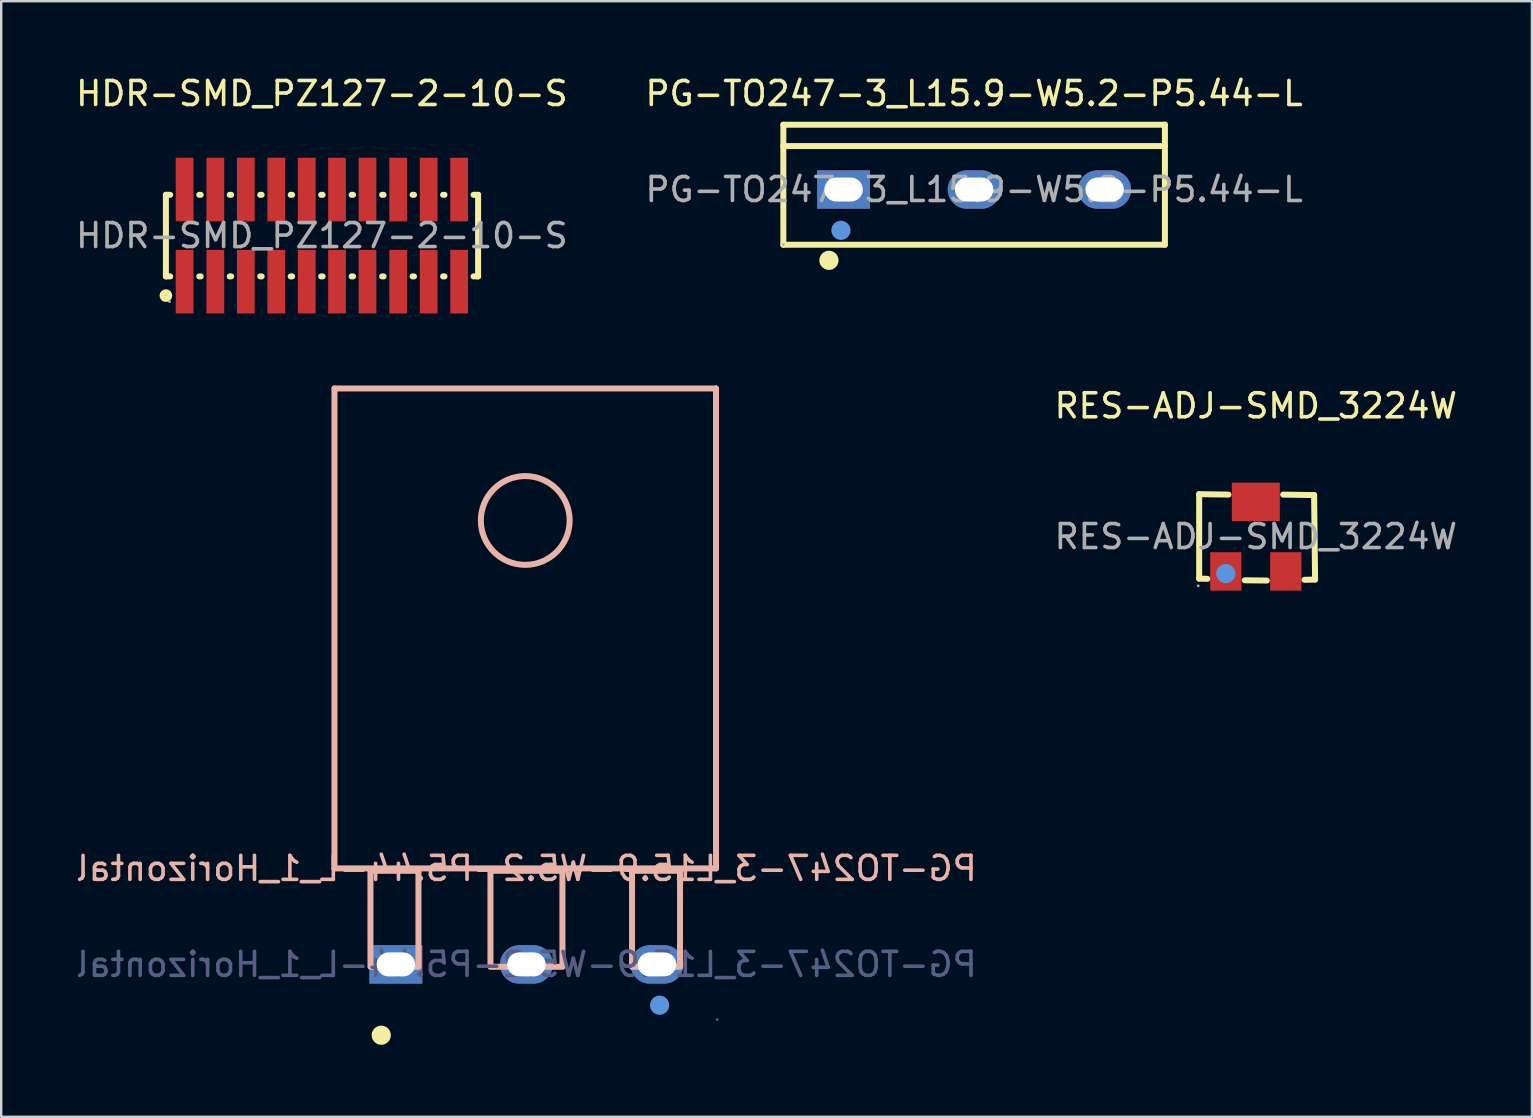
<source format=kicad_pcb>
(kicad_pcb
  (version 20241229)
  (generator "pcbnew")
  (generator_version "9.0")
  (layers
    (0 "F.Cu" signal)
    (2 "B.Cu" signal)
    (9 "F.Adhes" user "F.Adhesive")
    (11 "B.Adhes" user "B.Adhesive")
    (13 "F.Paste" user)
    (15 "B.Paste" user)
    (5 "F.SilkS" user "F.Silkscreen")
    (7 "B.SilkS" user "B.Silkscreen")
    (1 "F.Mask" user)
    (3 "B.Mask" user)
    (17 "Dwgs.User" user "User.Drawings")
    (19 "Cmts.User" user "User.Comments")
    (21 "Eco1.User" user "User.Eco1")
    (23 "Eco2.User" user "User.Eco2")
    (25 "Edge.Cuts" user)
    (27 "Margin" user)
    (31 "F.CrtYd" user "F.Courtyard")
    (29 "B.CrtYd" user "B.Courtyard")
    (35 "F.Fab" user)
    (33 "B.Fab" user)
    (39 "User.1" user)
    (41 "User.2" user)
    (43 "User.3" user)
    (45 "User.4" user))
  (footprint "PG-TO247-3_L15.9-W5.2-P5.44-L"
    (layer "F.Cu")
    (at 37.542 4.848)
    (property "Reference" "PG-TO247-3_L15.9-W5.2-P5.44-L" (at 0 -4 0) (layer "F.SilkS") (effects (font (size 1 1) (thickness 0.15))))
    (attr smd)
    (fp_line (start -7.95 -2.7) (end 7.95 -2.7) (stroke (width 0.25) (type solid)) (layer "F.SilkS"))
    (fp_line (start -7.95 -1.81) (end 7.95 -1.81) (stroke (width 0.25) (type solid)) (layer "F.SilkS"))
    (fp_line (start -7.95 2.3) (end -7.95 -2.7) (stroke (width 0.25) (type solid)) (layer "F.SilkS"))
    (fp_line (start 7.95 -2.7) (end 7.95 2.3) (stroke (width 0.25) (type solid)) (layer "F.SilkS"))
    (fp_line (start 7.95 2.3) (end -7.95 2.3) (stroke (width 0.25) (type solid)) (layer "F.SilkS"))
    (fp_circle (center -6.05 2.95) (end -5.85 2.95) (stroke (width 0.4) (type solid)) (fill no) (layer "F.SilkS"))
    (fp_circle (center -5.55 1.7) (end -5.35 1.7) (stroke (width 0.4) (type solid)) (fill no) (layer "Cmts.User"))
    (fp_circle (center -7.95 2.3) (end -7.92 2.3) (stroke (width 0.06) (type solid)) (fill no) (layer "F.Fab"))
    (fp_text user "${REFERENCE}" (at 0 0 0) (layer "F.Fab") (effects (font (size 1 1) (thickness 0.15))))
    (pad "1" thru_hole rect (at -5.44 0 90) (size 1.6 2.2) (drill oval 1 1.6) (layers "*.Cu" "*.Mask"))
    (pad "2" thru_hole oval (at 0 0 90) (size 1.6 2.2) (drill oval 1 1.6) (layers "*.Cu" "*.Mask"))
    (pad "3" thru_hole oval (at 5.44 0 90) (size 1.6 2.2) (drill oval 1 1.6) (layers "*.Cu" "*.Mask")))
  (footprint "RES-ADJ-SMD_3224W"
    (layer "F.Cu")
    (at 49.28 19.311)
    (property "Reference" "RES-ADJ-SMD_3224W" (at 0 -5.45 0) (layer "F.SilkS") (effects (font (size 1 1) (thickness 0.15))))
    (attr smd)
    (fp_line (start -2.36 -1.77) (end -2.36 1.75) (stroke (width 0.25) (type solid)) (layer "F.SilkS"))
    (fp_line (start -2.36 1.75) (end -2.02 1.76) (stroke (width 0.25) (type solid)) (layer "F.SilkS"))
    (fp_line (start -1.14 -1.75) (end -2.36 -1.77) (stroke (width 0.25) (type solid)) (layer "F.SilkS"))
    (fp_line (start -0.46 1.82) (end 0.46 1.83) (stroke (width 0.25) (type solid)) (layer "F.SilkS"))
    (fp_line (start 1.14 -1.75) (end 2.43 -1.73) (stroke (width 0.25) (type solid)) (layer "F.SilkS"))
    (fp_line (start 2.43 -1.73) (end 2.47 1.79) (stroke (width 0.25) (type solid)) (layer "F.SilkS"))
    (fp_line (start 2.47 1.79) (end 2.03 1.8) (stroke (width 0.25) (type solid)) (layer "F.SilkS"))
    (fp_circle (center -1.25 1.54) (end -1.05 1.54) (stroke (width 0.4) (type solid)) (fill no) (layer "Cmts.User"))
    (fp_circle (center -2.4 2.05) (end -2.37 2.05) (stroke (width 0.06) (type solid)) (fill no) (layer "F.Fab"))
    (fp_text user "${REFERENCE}" (at 0 0 0) (layer "F.Fab") (effects (font (size 1 1) (thickness 0.15))))
    (pad "1" smd rect (at -1.25 1.45) (size 1.3 1.6) (layers "F.Cu" "F.Mask" "F.Paste"))
    (pad "2" smd rect (at 0 -1.45) (size 2 1.6) (layers "F.Cu" "F.Mask" "F.Paste"))
    (pad "3" smd rect (at 1.25 1.45) (size 1.3 1.6) (layers "F.Cu" "F.Mask" "F.Paste")))
  (footprint "HDR-SMD_PZ127-2-10-S"
    (layer "F.Cu")
    (at 10.363 6.768)
    (property "Reference" "HDR-SMD_PZ127-2-10-S" (at 0 -5.92 0) (layer "F.SilkS") (effects (font (size 1 1) (thickness 0.15))))
    (attr smd)
    (fp_line (start -6.5 -1.7) (end -6.5 1.7) (stroke (width 0.25) (type solid)) (layer "F.SilkS"))
    (fp_line (start -6.5 1.7) (end -6.32 1.7) (stroke (width 0.25) (type solid)) (layer "F.SilkS"))
    (fp_line (start -6.32 -1.7) (end -6.5 -1.7) (stroke (width 0.25) (type solid)) (layer "F.SilkS"))
    (fp_line (start -5.11 1.7) (end -5.05 1.7) (stroke (width 0.25) (type solid)) (layer "F.SilkS"))
    (fp_line (start -5.05 -1.7) (end -5.11 -1.7) (stroke (width 0.25) (type solid)) (layer "F.SilkS"))
    (fp_line (start -3.84 1.7) (end -3.78 1.7) (stroke (width 0.25) (type solid)) (layer "F.SilkS"))
    (fp_line (start -3.78 -1.7) (end -3.84 -1.7) (stroke (width 0.25) (type solid)) (layer "F.SilkS"))
    (fp_line (start -2.57 1.7) (end -2.51 1.7) (stroke (width 0.25) (type solid)) (layer "F.SilkS"))
    (fp_line (start -2.51 -1.7) (end -2.57 -1.7) (stroke (width 0.25) (type solid)) (layer "F.SilkS"))
    (fp_line (start -1.3 1.7) (end -1.24 1.7) (stroke (width 0.25) (type solid)) (layer "F.SilkS"))
    (fp_line (start -1.24 -1.7) (end -1.3 -1.7) (stroke (width 0.25) (type solid)) (layer "F.SilkS"))
    (fp_line (start -0.03 1.7) (end 0.03 1.7) (stroke (width 0.25) (type solid)) (layer "F.SilkS"))
    (fp_line (start 0.03 -1.7) (end -0.03 -1.7) (stroke (width 0.25) (type solid)) (layer "F.SilkS"))
    (fp_line (start 1.24 1.7) (end 1.3 1.7) (stroke (width 0.25) (type solid)) (layer "F.SilkS"))
    (fp_line (start 1.3 -1.7) (end 1.24 -1.7) (stroke (width 0.25) (type solid)) (layer "F.SilkS"))
    (fp_line (start 2.51 1.7) (end 2.57 1.7) (stroke (width 0.25) (type solid)) (layer "F.SilkS"))
    (fp_line (start 2.57 -1.7) (end 2.51 -1.7) (stroke (width 0.25) (type solid)) (layer "F.SilkS"))
    (fp_line (start 3.78 1.7) (end 3.84 1.7) (stroke (width 0.25) (type solid)) (layer "F.SilkS"))
    (fp_line (start 3.84 -1.7) (end 3.78 -1.7) (stroke (width 0.25) (type solid)) (layer "F.SilkS"))
    (fp_line (start 5.05 1.7) (end 5.11 1.7) (stroke (width 0.25) (type solid)) (layer "F.SilkS"))
    (fp_line (start 5.11 -1.7) (end 5.05 -1.7) (stroke (width 0.25) (type solid)) (layer "F.SilkS"))
    (fp_line (start 6.32 1.7) (end 6.51 1.7) (stroke (width 0.25) (type solid)) (layer "F.SilkS"))
    (fp_line (start 6.51 -1.7) (end 6.32 -1.7) (stroke (width 0.25) (type solid)) (layer "F.SilkS"))
    (fp_line (start 6.51 -1.7) (end 6.51 1.7) (stroke (width 0.25) (type solid)) (layer "F.SilkS"))
    (fp_circle (center -6.5 2.5) (end -6.36 2.5) (stroke (width 0.25) (type solid)) (fill no) (layer "F.SilkS"))
    (fp_circle (center -6.35 2.75) (end -6.32 2.75) (stroke (width 0.06) (type solid)) (fill no) (layer "F.Fab"))
    (fp_text user "${REFERENCE}" (at 0 0 0) (layer "F.Fab") (effects (font (size 1 1) (thickness 0.15))))
    (pad "1" smd rect (at -5.72 1.92) (size 0.74 2.65) (layers "F.Cu" "F.Mask" "F.Paste"))
    (pad "2" smd rect (at -5.72 -1.92) (size 0.74 2.65) (layers "F.Cu" "F.Mask" "F.Paste"))
    (pad "3" smd rect (at -4.44 1.92) (size 0.74 2.65) (layers "F.Cu" "F.Mask" "F.Paste"))
    (pad "4" smd rect (at -4.44 -1.92) (size 0.74 2.65) (layers "F.Cu" "F.Mask" "F.Paste"))
    (pad "5" smd rect (at -3.17 1.92) (size 0.74 2.65) (layers "F.Cu" "F.Mask" "F.Paste"))
    (pad "6" smd rect (at -3.17 -1.92) (size 0.74 2.65) (layers "F.Cu" "F.Mask" "F.Paste"))
    (pad "7" smd rect (at -1.9 1.92) (size 0.74 2.65) (layers "F.Cu" "F.Mask" "F.Paste"))
    (pad "8" smd rect (at -1.9 -1.92) (size 0.74 2.65) (layers "F.Cu" "F.Mask" "F.Paste"))
    (pad "9" smd rect (at -0.63 1.92) (size 0.74 2.65) (layers "F.Cu" "F.Mask" "F.Paste"))
    (pad "10" smd rect (at -0.63 -1.92) (size 0.74 2.65) (layers "F.Cu" "F.Mask" "F.Paste"))
    (pad "11" smd rect (at 0.63 1.92) (size 0.74 2.65) (layers "F.Cu" "F.Mask" "F.Paste"))
    (pad "12" smd rect (at 0.63 -1.92) (size 0.74 2.65) (layers "F.Cu" "F.Mask" "F.Paste"))
    (pad "13" smd rect (at 1.9 1.92) (size 0.74 2.65) (layers "F.Cu" "F.Mask" "F.Paste"))
    (pad "14" smd rect (at 1.9 -1.92) (size 0.74 2.65) (layers "F.Cu" "F.Mask" "F.Paste"))
    (pad "15" smd rect (at 3.18 1.92) (size 0.74 2.65) (layers "F.Cu" "F.Mask" "F.Paste"))
    (pad "16" smd rect (at 3.18 -1.92) (size 0.74 2.65) (layers "F.Cu" "F.Mask" "F.Paste"))
    (pad "17" smd rect (at 4.45 1.92) (size 0.74 2.65) (layers "F.Cu" "F.Mask" "F.Paste"))
    (pad "18" smd rect (at 4.45 -1.92) (size 0.74 2.65) (layers "F.Cu" "F.Mask" "F.Paste"))
    (pad "19" smd rect (at 5.72 1.92) (size 0.74 2.65) (layers "F.Cu" "F.Mask" "F.Paste"))
    (pad "20" smd rect (at 5.72 -1.92) (size 0.74 2.65) (layers "F.Cu" "F.Mask" "F.Paste")))
  (footprint "PG-TO247-3_L15.9-W5.2-P5.44-L_1_Horizontal"
    (layer "F.Cu")
    (at 18.887 37.138)
    (property "Reference" "PG-TO247-3_L15.9-W5.2-P5.44-L_1_Horizontal" (at 0 -4 0) (layer "B.SilkS") (effects (font (size 1 1) (thickness 0.15)) (justify mirror)))
    (attr smd)
    (fp_circle (center -6.05 2.95) (end -5.85 2.95) (stroke (width 0.4) (type solid)) (fill no) (layer "F.SilkS"))
    (fp_line (start -8 -4) (end -8 -24) (stroke (width 0.25) (type solid)) (layer "B.SilkS"))
    (fp_line (start -8 -4) (end 7.9 -4) (stroke (width 0.25) (type solid)) (layer "B.SilkS"))
    (fp_line (start 7.9 -24) (end -8 -24) (stroke (width 0.25) (type solid)) (layer "B.SilkS"))
    (fp_line (start 7.9 -4) (end 7.9 -24) (stroke (width 0.25) (type solid)) (layer "B.SilkS"))
    (fp_rect (start -6.5 -3.9) (end -4.5 0.1) (stroke (width 0.25) (type solid)) (fill no) (layer "B.SilkS"))
    (fp_rect (start -1.5 -3.9) (end 1.5 0.1) (stroke (width 0.25) (type solid)) (fill no) (layer "B.SilkS"))
    (fp_rect (start 4.4 -3.9) (end 6.4 0.1) (stroke (width 0.25) (type solid)) (fill no) (layer "B.SilkS"))
    (fp_circle (center -0.05 -18.5) (end -1.9 -18.5) (stroke (width 0.25) (type solid)) (fill no) (layer "B.SilkS"))
    (fp_circle (center 5.55 1.7) (end 5.35 1.7) (stroke (width 0.4) (type solid)) (fill no) (layer "Cmts.User"))
    (fp_circle (center 7.95 2.3) (end 7.92 2.3) (stroke (width 0.06) (type solid)) (fill no) (layer "B.Fab"))
    (fp_text user "${REFERENCE}" (at 0 0 0) (layer "B.Fab") (effects (font (size 1 1) (thickness 0.15)) (justify mirror)))
    (pad "1" thru_hole rect (at -5.44 0 90) (size 1.6 2.2) (drill oval 1 1.6) (layers "*.Cu" "*.Mask"))
    (pad "2" thru_hole oval (at 0 0 90) (size 1.6 2.2) (drill oval 1 1.6) (layers "*.Cu" "*.Mask"))
    (pad "3" thru_hole oval (at 5.44 0 90) (size 1.6 2.2) (drill oval 1 1.6) (layers "*.Cu" "*.Mask")))
  (gr_rect
    (start -3 -3)
    (end 60.786 43.488)
    (stroke (width 0.1) (type default))
    (fill no)
    (layer "Edge.Cuts")))
</source>
